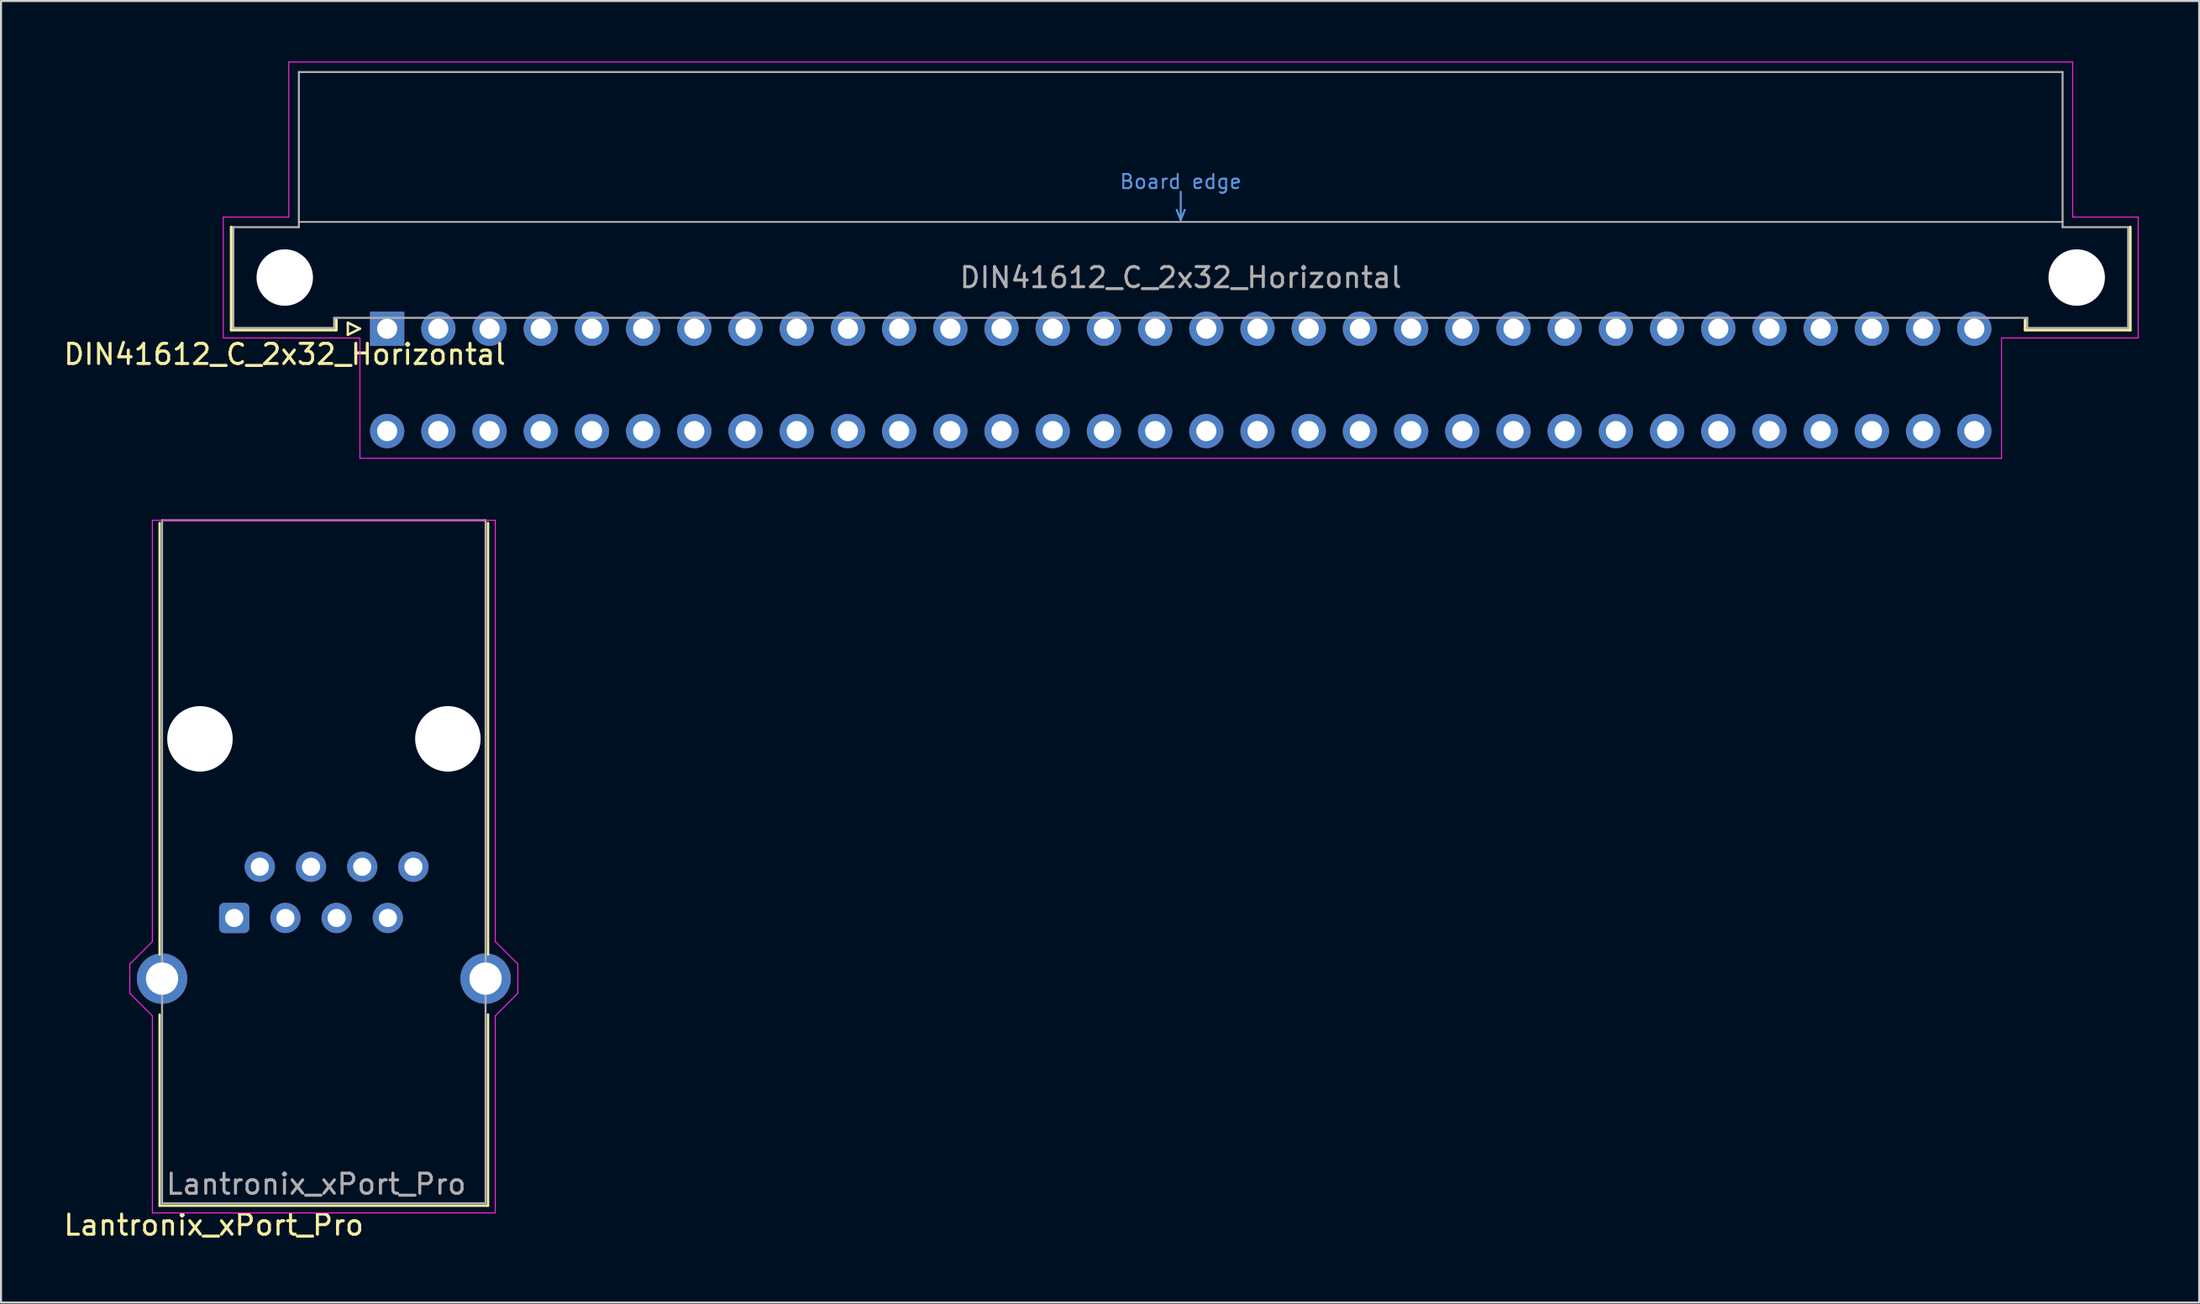
<source format=kicad_pcb>
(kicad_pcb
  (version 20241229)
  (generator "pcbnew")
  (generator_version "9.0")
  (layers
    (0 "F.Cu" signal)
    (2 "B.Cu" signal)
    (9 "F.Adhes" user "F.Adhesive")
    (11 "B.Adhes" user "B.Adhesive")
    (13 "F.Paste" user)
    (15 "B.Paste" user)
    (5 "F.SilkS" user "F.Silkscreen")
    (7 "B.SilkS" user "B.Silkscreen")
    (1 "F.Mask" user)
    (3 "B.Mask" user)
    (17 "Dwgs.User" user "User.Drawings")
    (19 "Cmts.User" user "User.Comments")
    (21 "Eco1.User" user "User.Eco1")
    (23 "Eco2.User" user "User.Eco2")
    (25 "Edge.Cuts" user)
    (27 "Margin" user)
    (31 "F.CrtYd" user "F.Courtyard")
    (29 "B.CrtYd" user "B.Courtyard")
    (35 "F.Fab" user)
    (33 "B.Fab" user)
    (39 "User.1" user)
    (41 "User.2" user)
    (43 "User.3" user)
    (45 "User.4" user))
  (footprint "DIN41612_C_2x32_Horizontal"
    (layer "F.Cu")
    (at 16.157 13.265)
    (property "Reference" "DIN41612_C_2x32_Horizontal" (at -5.08 1.27 0) (layer "F.SilkS") (effects (font (size 1 1) (thickness 0.15))))
    (attr through_hole)
    (fp_line (start -7.73 0.06) (end -7.73 -5.04) (stroke (width 0.15) (type solid)) (layer "F.SilkS"))
    (fp_line (start -2.53 -0.44) (end -2.53 0.06) (stroke (width 0.15) (type solid)) (layer "F.SilkS"))
    (fp_line (start -2.53 0.06) (end -7.73 0.06) (stroke (width 0.15) (type solid)) (layer "F.SilkS"))
    (fp_line (start -1.95 -0.3) (end -1.95 0.3) (stroke (width 0.12) (type solid)) (layer "F.SilkS"))
    (fp_line (start -1.95 0.3) (end -1.35 0) (stroke (width 0.12) (type solid)) (layer "F.SilkS"))
    (fp_line (start -1.35 0) (end -1.95 -0.3) (stroke (width 0.12) (type solid)) (layer "F.SilkS"))
    (fp_line (start 81.27 -0.44) (end 81.27 0.06) (stroke (width 0.15) (type solid)) (layer "F.SilkS"))
    (fp_line (start 81.27 0.06) (end 86.47 0.06) (stroke (width 0.15) (type solid)) (layer "F.SilkS"))
    (fp_line (start 86.47 0.06) (end 86.47 -5.04) (stroke (width 0.15) (type solid)) (layer "F.SilkS"))
    (fp_line (start -4.38 -5.3) (end 83.12 -5.3) (stroke (width 0.08) (type solid)) (layer "Dwgs.User"))
    (fp_line (start 39.17 -5.9) (end 39.37 -5.4) (stroke (width 0.1) (type solid)) (layer "Cmts.User"))
    (fp_line (start 39.37 -6.8) (end 39.37 -5.4) (stroke (width 0.1) (type solid)) (layer "Cmts.User"))
    (fp_line (start 39.37 -5.4) (end 39.57 -5.9) (stroke (width 0.1) (type solid)) (layer "Cmts.User"))
    (fp_line (start -8.13 -5.54) (end -4.88 -5.54) (stroke (width 0.05) (type solid)) (layer "F.CrtYd"))
    (fp_line (start -8.13 0.46) (end -8.13 -5.54) (stroke (width 0.05) (type solid)) (layer "F.CrtYd"))
    (fp_line (start -4.88 -13.24) (end 83.62 -13.24) (stroke (width 0.05) (type solid)) (layer "F.CrtYd"))
    (fp_line (start -4.88 -5.54) (end -4.88 -13.24) (stroke (width 0.05) (type solid)) (layer "F.CrtYd"))
    (fp_line (start -1.35 0.46) (end -8.13 0.46) (stroke (width 0.05) (type solid)) (layer "F.CrtYd"))
    (fp_line (start -1.35 6.43) (end -1.35 0.46) (stroke (width 0.05) (type solid)) (layer "F.CrtYd"))
    (fp_line (start 80.09 0.46) (end 80.09 6.43) (stroke (width 0.05) (type solid)) (layer "F.CrtYd"))
    (fp_line (start 80.09 6.43) (end -1.35 6.43) (stroke (width 0.05) (type solid)) (layer "F.CrtYd"))
    (fp_line (start 80.87 0.46) (end 80.09 0.46) (stroke (width 0.05) (type solid)) (layer "F.CrtYd"))
    (fp_line (start 83.62 -13.24) (end 83.62 -5.54) (stroke (width 0.05) (type solid)) (layer "F.CrtYd"))
    (fp_line (start 83.62 -5.54) (end 86.87 -5.54) (stroke (width 0.05) (type solid)) (layer "F.CrtYd"))
    (fp_line (start 86.87 -5.54) (end 86.87 0.46) (stroke (width 0.05) (type solid)) (layer "F.CrtYd"))
    (fp_line (start 86.87 0.46) (end 80.87 0.46) (stroke (width 0.05) (type solid)) (layer "F.CrtYd"))
    (fp_line (start -7.63 -5.04) (end -4.38 -5.04) (stroke (width 0.1) (type solid)) (layer "F.Fab"))
    (fp_line (start -7.63 -0.04) (end -7.63 -5.04) (stroke (width 0.1) (type solid)) (layer "F.Fab"))
    (fp_line (start -4.38 -12.74) (end 83.12 -12.74) (stroke (width 0.1) (type solid)) (layer "F.Fab"))
    (fp_line (start -4.38 -5.04) (end -4.38 -12.74) (stroke (width 0.1) (type solid)) (layer "F.Fab"))
    (fp_line (start -2.63 -0.54) (end -2.63 -0.04) (stroke (width 0.1) (type solid)) (layer "F.Fab"))
    (fp_line (start -2.63 -0.04) (end -7.63 -0.04) (stroke (width 0.1) (type solid)) (layer "F.Fab"))
    (fp_line (start 81.37 -0.54) (end -2.63 -0.54) (stroke (width 0.1) (type solid)) (layer "F.Fab"))
    (fp_line (start 81.37 -0.04) (end 81.37 -0.54) (stroke (width 0.1) (type solid)) (layer "F.Fab"))
    (fp_line (start 83.12 -12.74) (end 83.12 -5.04) (stroke (width 0.1) (type solid)) (layer "F.Fab"))
    (fp_line (start 83.12 -5.04) (end 86.37 -5.04) (stroke (width 0.1) (type solid)) (layer "F.Fab"))
    (fp_line (start 86.37 -5.04) (end 86.37 -0.04) (stroke (width 0.1) (type solid)) (layer "F.Fab"))
    (fp_line (start 86.37 -0.04) (end 81.37 -0.04) (stroke (width 0.1) (type solid)) (layer "F.Fab"))
    (fp_text user "Board edge" (at 39.37 -7.3 0) (layer "Cmts.User") (effects (font (size 0.7 0.7) (thickness 0.1))))
    (fp_text user "${REFERENCE}" (at 39.37 -2.54 0) (layer "F.Fab") (effects (font (size 1 1) (thickness 0.15))))
    (pad "" np_thru_hole circle (at -5.08 -2.54) (size 2.8 2.8) (drill 2.8) (layers "*.Cu" "*.Mask"))
    (pad "" np_thru_hole circle (at 83.82 -2.54) (size 2.8 2.8) (drill 2.8) (layers "*.Cu" "*.Mask"))
    (pad "A1" thru_hole rect (at 0 0) (size 1.7 1.7) (drill 1) (layers "*.Cu" "*.Mask"))
    (pad "A2" thru_hole circle (at 2.54 0) (size 1.7 1.7) (drill 1) (layers "*.Cu" "*.Mask"))
    (pad "A3" thru_hole circle (at 5.08 0) (size 1.7 1.7) (drill 1) (layers "*.Cu" "*.Mask"))
    (pad "A4" thru_hole circle (at 7.62 0) (size 1.7 1.7) (drill 1) (layers "*.Cu" "*.Mask"))
    (pad "A5" thru_hole circle (at 10.16 0) (size 1.7 1.7) (drill 1) (layers "*.Cu" "*.Mask"))
    (pad "A6" thru_hole circle (at 12.7 0) (size 1.7 1.7) (drill 1) (layers "*.Cu" "*.Mask"))
    (pad "A7" thru_hole circle (at 15.24 0) (size 1.7 1.7) (drill 1) (layers "*.Cu" "*.Mask"))
    (pad "A8" thru_hole circle (at 17.78 0) (size 1.7 1.7) (drill 1) (layers "*.Cu" "*.Mask"))
    (pad "A9" thru_hole circle (at 20.32 0) (size 1.7 1.7) (drill 1) (layers "*.Cu" "*.Mask"))
    (pad "A10" thru_hole circle (at 22.86 0) (size 1.7 1.7) (drill 1) (layers "*.Cu" "*.Mask"))
    (pad "A11" thru_hole circle (at 25.4 0) (size 1.7 1.7) (drill 1) (layers "*.Cu" "*.Mask"))
    (pad "A12" thru_hole circle (at 27.94 0) (size 1.7 1.7) (drill 1) (layers "*.Cu" "*.Mask"))
    (pad "A13" thru_hole circle (at 30.48 0) (size 1.7 1.7) (drill 1) (layers "*.Cu" "*.Mask"))
    (pad "A14" thru_hole circle (at 33.02 0) (size 1.7 1.7) (drill 1) (layers "*.Cu" "*.Mask"))
    (pad "A15" thru_hole circle (at 35.56 0) (size 1.7 1.7) (drill 1) (layers "*.Cu" "*.Mask"))
    (pad "A16" thru_hole circle (at 38.1 0) (size 1.7 1.7) (drill 1) (layers "*.Cu" "*.Mask"))
    (pad "A17" thru_hole circle (at 40.64 0) (size 1.7 1.7) (drill 1) (layers "*.Cu" "*.Mask"))
    (pad "A18" thru_hole circle (at 43.18 0) (size 1.7 1.7) (drill 1) (layers "*.Cu" "*.Mask"))
    (pad "A19" thru_hole circle (at 45.72 0) (size 1.7 1.7) (drill 1) (layers "*.Cu" "*.Mask"))
    (pad "A20" thru_hole circle (at 48.26 0) (size 1.7 1.7) (drill 1) (layers "*.Cu" "*.Mask"))
    (pad "A21" thru_hole circle (at 50.8 0) (size 1.7 1.7) (drill 1) (layers "*.Cu" "*.Mask"))
    (pad "A22" thru_hole circle (at 53.34 0) (size 1.7 1.7) (drill 1) (layers "*.Cu" "*.Mask"))
    (pad "A23" thru_hole circle (at 55.88 0) (size 1.7 1.7) (drill 1) (layers "*.Cu" "*.Mask"))
    (pad "A24" thru_hole circle (at 58.42 0) (size 1.7 1.7) (drill 1) (layers "*.Cu" "*.Mask"))
    (pad "A25" thru_hole circle (at 60.96 0) (size 1.7 1.7) (drill 1) (layers "*.Cu" "*.Mask"))
    (pad "A26" thru_hole circle (at 63.5 0) (size 1.7 1.7) (drill 1) (layers "*.Cu" "*.Mask"))
    (pad "A27" thru_hole circle (at 66.04 0) (size 1.7 1.7) (drill 1) (layers "*.Cu" "*.Mask"))
    (pad "A28" thru_hole circle (at 68.58 0) (size 1.7 1.7) (drill 1) (layers "*.Cu" "*.Mask"))
    (pad "A29" thru_hole circle (at 71.12 0) (size 1.7 1.7) (drill 1) (layers "*.Cu" "*.Mask"))
    (pad "A30" thru_hole circle (at 73.66 0) (size 1.7 1.7) (drill 1) (layers "*.Cu" "*.Mask"))
    (pad "A31" thru_hole circle (at 76.2 0) (size 1.7 1.7) (drill 1) (layers "*.Cu" "*.Mask"))
    (pad "A32" thru_hole circle (at 78.74 0) (size 1.7 1.7) (drill 1) (layers "*.Cu" "*.Mask"))
    (pad "C1" thru_hole circle (at 0 5.08) (size 1.7 1.7) (drill 1) (layers "*.Cu" "*.Mask"))
    (pad "C2" thru_hole circle (at 2.54 5.08) (size 1.7 1.7) (drill 1) (layers "*.Cu" "*.Mask"))
    (pad "C3" thru_hole circle (at 5.08 5.08) (size 1.7 1.7) (drill 1) (layers "*.Cu" "*.Mask"))
    (pad "C4" thru_hole circle (at 7.62 5.08) (size 1.7 1.7) (drill 1) (layers "*.Cu" "*.Mask"))
    (pad "C5" thru_hole circle (at 10.16 5.08) (size 1.7 1.7) (drill 1) (layers "*.Cu" "*.Mask"))
    (pad "C6" thru_hole circle (at 12.7 5.08) (size 1.7 1.7) (drill 1) (layers "*.Cu" "*.Mask"))
    (pad "C7" thru_hole circle (at 15.24 5.08) (size 1.7 1.7) (drill 1) (layers "*.Cu" "*.Mask"))
    (pad "C8" thru_hole circle (at 17.78 5.08) (size 1.7 1.7) (drill 1) (layers "*.Cu" "*.Mask"))
    (pad "C9" thru_hole circle (at 20.32 5.08) (size 1.7 1.7) (drill 1) (layers "*.Cu" "*.Mask"))
    (pad "C10" thru_hole circle (at 22.86 5.08) (size 1.7 1.7) (drill 1) (layers "*.Cu" "*.Mask"))
    (pad "C11" thru_hole circle (at 25.4 5.08) (size 1.7 1.7) (drill 1) (layers "*.Cu" "*.Mask"))
    (pad "C12" thru_hole circle (at 27.94 5.08) (size 1.7 1.7) (drill 1) (layers "*.Cu" "*.Mask"))
    (pad "C13" thru_hole circle (at 30.48 5.08) (size 1.7 1.7) (drill 1) (layers "*.Cu" "*.Mask"))
    (pad "C14" thru_hole circle (at 33.02 5.08) (size 1.7 1.7) (drill 1) (layers "*.Cu" "*.Mask"))
    (pad "C15" thru_hole circle (at 35.56 5.08) (size 1.7 1.7) (drill 1) (layers "*.Cu" "*.Mask"))
    (pad "C16" thru_hole circle (at 38.1 5.08) (size 1.7 1.7) (drill 1) (layers "*.Cu" "*.Mask"))
    (pad "C17" thru_hole circle (at 40.64 5.08) (size 1.7 1.7) (drill 1) (layers "*.Cu" "*.Mask"))
    (pad "C18" thru_hole circle (at 43.18 5.08) (size 1.7 1.7) (drill 1) (layers "*.Cu" "*.Mask"))
    (pad "C19" thru_hole circle (at 45.72 5.08) (size 1.7 1.7) (drill 1) (layers "*.Cu" "*.Mask"))
    (pad "C20" thru_hole circle (at 48.26 5.08) (size 1.7 1.7) (drill 1) (layers "*.Cu" "*.Mask"))
    (pad "C21" thru_hole circle (at 50.8 5.08) (size 1.7 1.7) (drill 1) (layers "*.Cu" "*.Mask"))
    (pad "C22" thru_hole circle (at 53.34 5.08) (size 1.7 1.7) (drill 1) (layers "*.Cu" "*.Mask"))
    (pad "C23" thru_hole circle (at 55.88 5.08) (size 1.7 1.7) (drill 1) (layers "*.Cu" "*.Mask"))
    (pad "C24" thru_hole circle (at 58.42 5.08) (size 1.7 1.7) (drill 1) (layers "*.Cu" "*.Mask"))
    (pad "C25" thru_hole circle (at 60.96 5.08) (size 1.7 1.7) (drill 1) (layers "*.Cu" "*.Mask"))
    (pad "C26" thru_hole circle (at 63.5 5.08) (size 1.7 1.7) (drill 1) (layers "*.Cu" "*.Mask"))
    (pad "C27" thru_hole circle (at 66.04 5.08) (size 1.7 1.7) (drill 1) (layers "*.Cu" "*.Mask"))
    (pad "C28" thru_hole circle (at 68.58 5.08) (size 1.7 1.7) (drill 1) (layers "*.Cu" "*.Mask"))
    (pad "C29" thru_hole circle (at 71.12 5.08) (size 1.7 1.7) (drill 1) (layers "*.Cu" "*.Mask"))
    (pad "C30" thru_hole circle (at 73.66 5.08) (size 1.7 1.7) (drill 1) (layers "*.Cu" "*.Mask"))
    (pad "C31" thru_hole circle (at 76.2 5.08) (size 1.7 1.7) (drill 1) (layers "*.Cu" "*.Mask"))
    (pad "C32" thru_hole circle (at 78.74 5.08) (size 1.7 1.7) (drill 1) (layers "*.Cu" "*.Mask")))
  (footprint "Lantronix_xPort_Pro"
    (layer "F.Cu")
    (at 8.57 42.51)
    (property "Reference" "Lantronix_xPort_Pro" (at -1.016 15.24 0) (layer "F.SilkS") (effects (font (size 1 1) (thickness 0.15))))
    (attr through_hole)
    (fp_line (start -3.7 -19.6) (end -3.7 1.81) (stroke (width 0.12) (type solid)) (layer "F.SilkS"))
    (fp_line (start -3.7 4.8) (end -3.7 14.28) (stroke (width 0.12) (type solid)) (layer "F.SilkS"))
    (fp_line (start 12.59 -19.6) (end 12.59 1.81) (stroke (width 0.12) (type solid)) (layer "F.SilkS"))
    (fp_line (start 12.59 4.79) (end 12.59 14.28) (stroke (width 0.12) (type solid)) (layer "F.SilkS"))
    (fp_line (start 12.59 14.28) (end -3.7 14.28) (stroke (width 0.12) (type solid)) (layer "F.SilkS"))
    (fp_line (start -5.18 3.74) (end -5.18 2.29) (stroke (width 0.05) (type solid)) (layer "F.CrtYd"))
    (fp_line (start -5.18 3.74) (end -4.06 4.86) (stroke (width 0.05) (type solid)) (layer "F.CrtYd"))
    (fp_line (start -4.06 -19.74) (end 12.95 -19.74) (stroke (width 0.05) (type solid)) (layer "F.CrtYd"))
    (fp_line (start -4.06 1.17) (end -5.18 2.29) (stroke (width 0.05) (type solid)) (layer "F.CrtYd"))
    (fp_line (start -4.06 1.17) (end -4.06 -19.74) (stroke (width 0.05) (type solid)) (layer "F.CrtYd"))
    (fp_line (start -4.06 4.86) (end -4.06 14.64) (stroke (width 0.05) (type solid)) (layer "F.CrtYd"))
    (fp_line (start -4.06 14.64) (end 12.95 14.64) (stroke (width 0.05) (type solid)) (layer "F.CrtYd"))
    (fp_line (start 12.95 1.17) (end 12.95 -19.74) (stroke (width 0.05) (type solid)) (layer "F.CrtYd"))
    (fp_line (start 12.95 1.17) (end 14.07 2.29) (stroke (width 0.05) (type solid)) (layer "F.CrtYd"))
    (fp_line (start 12.95 4.86) (end 12.95 14.64) (stroke (width 0.05) (type solid)) (layer "F.CrtYd"))
    (fp_line (start 14.07 3.74) (end 12.95 4.86) (stroke (width 0.05) (type solid)) (layer "F.CrtYd"))
    (fp_line (start 14.07 3.74) (end 14.07 2.29) (stroke (width 0.05) (type solid)) (layer "F.CrtYd"))
    (fp_line (start -3.58 -19.74) (end -3.58 14.16) (stroke (width 0.1) (type solid)) (layer "F.Fab"))
    (fp_line (start -3.58 -19.74) (end 12.47 -19.74) (stroke (width 0.1) (type solid)) (layer "F.Fab"))
    (fp_line (start -3.58 14.16) (end 12.47 14.16) (stroke (width 0.1) (type solid)) (layer "F.Fab"))
    (fp_line (start 12.47 -19.74) (end 12.47 14.16) (stroke (width 0.1) (type solid)) (layer "F.Fab"))
    (fp_text user "${REFERENCE}" (at 4.064 13.208 0) (layer "F.Fab") (effects (font (size 1 1) (thickness 0.15))))
    (pad "" np_thru_hole circle (at -1.7 -8.89) (size 3.25 3.25) (drill 3.25) (layers "*.Cu" "*.Mask"))
    (pad "" np_thru_hole circle (at 10.6 -8.89) (size 3.25 3.25) (drill 3.25) (layers "*.Cu" "*.Mask"))
    (pad "1" thru_hole roundrect (at 0 0) (size 1.5 1.5) (drill 0.9) (layers "*.Cu" "*.Mask") (roundrect_rratio 0.167))
    (pad "2" thru_hole circle (at 1.27 -2.54) (size 1.5 1.5) (drill 0.9) (layers "*.Cu" "*.Mask"))
    (pad "3" thru_hole circle (at 2.54 0) (size 1.5 1.5) (drill 0.9) (layers "*.Cu" "*.Mask"))
    (pad "4" thru_hole circle (at 3.81 -2.54) (size 1.5 1.5) (drill 0.9) (layers "*.Cu" "*.Mask"))
    (pad "5" thru_hole circle (at 5.08 0) (size 1.5 1.5) (drill 0.9) (layers "*.Cu" "*.Mask"))
    (pad "6" thru_hole circle (at 6.35 -2.54) (size 1.5 1.5) (drill 0.9) (layers "*.Cu" "*.Mask"))
    (pad "7" thru_hole circle (at 7.62 0) (size 1.5 1.5) (drill 0.9) (layers "*.Cu" "*.Mask"))
    (pad "8" thru_hole circle (at 8.89 -2.54) (size 1.5 1.5) (drill 0.9) (layers "*.Cu" "*.Mask"))
    (pad "SH" thru_hole circle (at -3.58 3.01) (size 2.5 2.5) (drill 1.6) (layers "*.Cu" "*.Mask"))
    (pad "SH" thru_hole circle (at 12.47 3.01) (size 2.5 2.5) (drill 1.6) (layers "*.Cu" "*.Mask")))
  (gr_rect
    (start -3 -3)
    (end 106.052 61.598)
    (stroke (width 0.1) (type default))
    (fill no)
    (layer "Edge.Cuts")))
</source>
